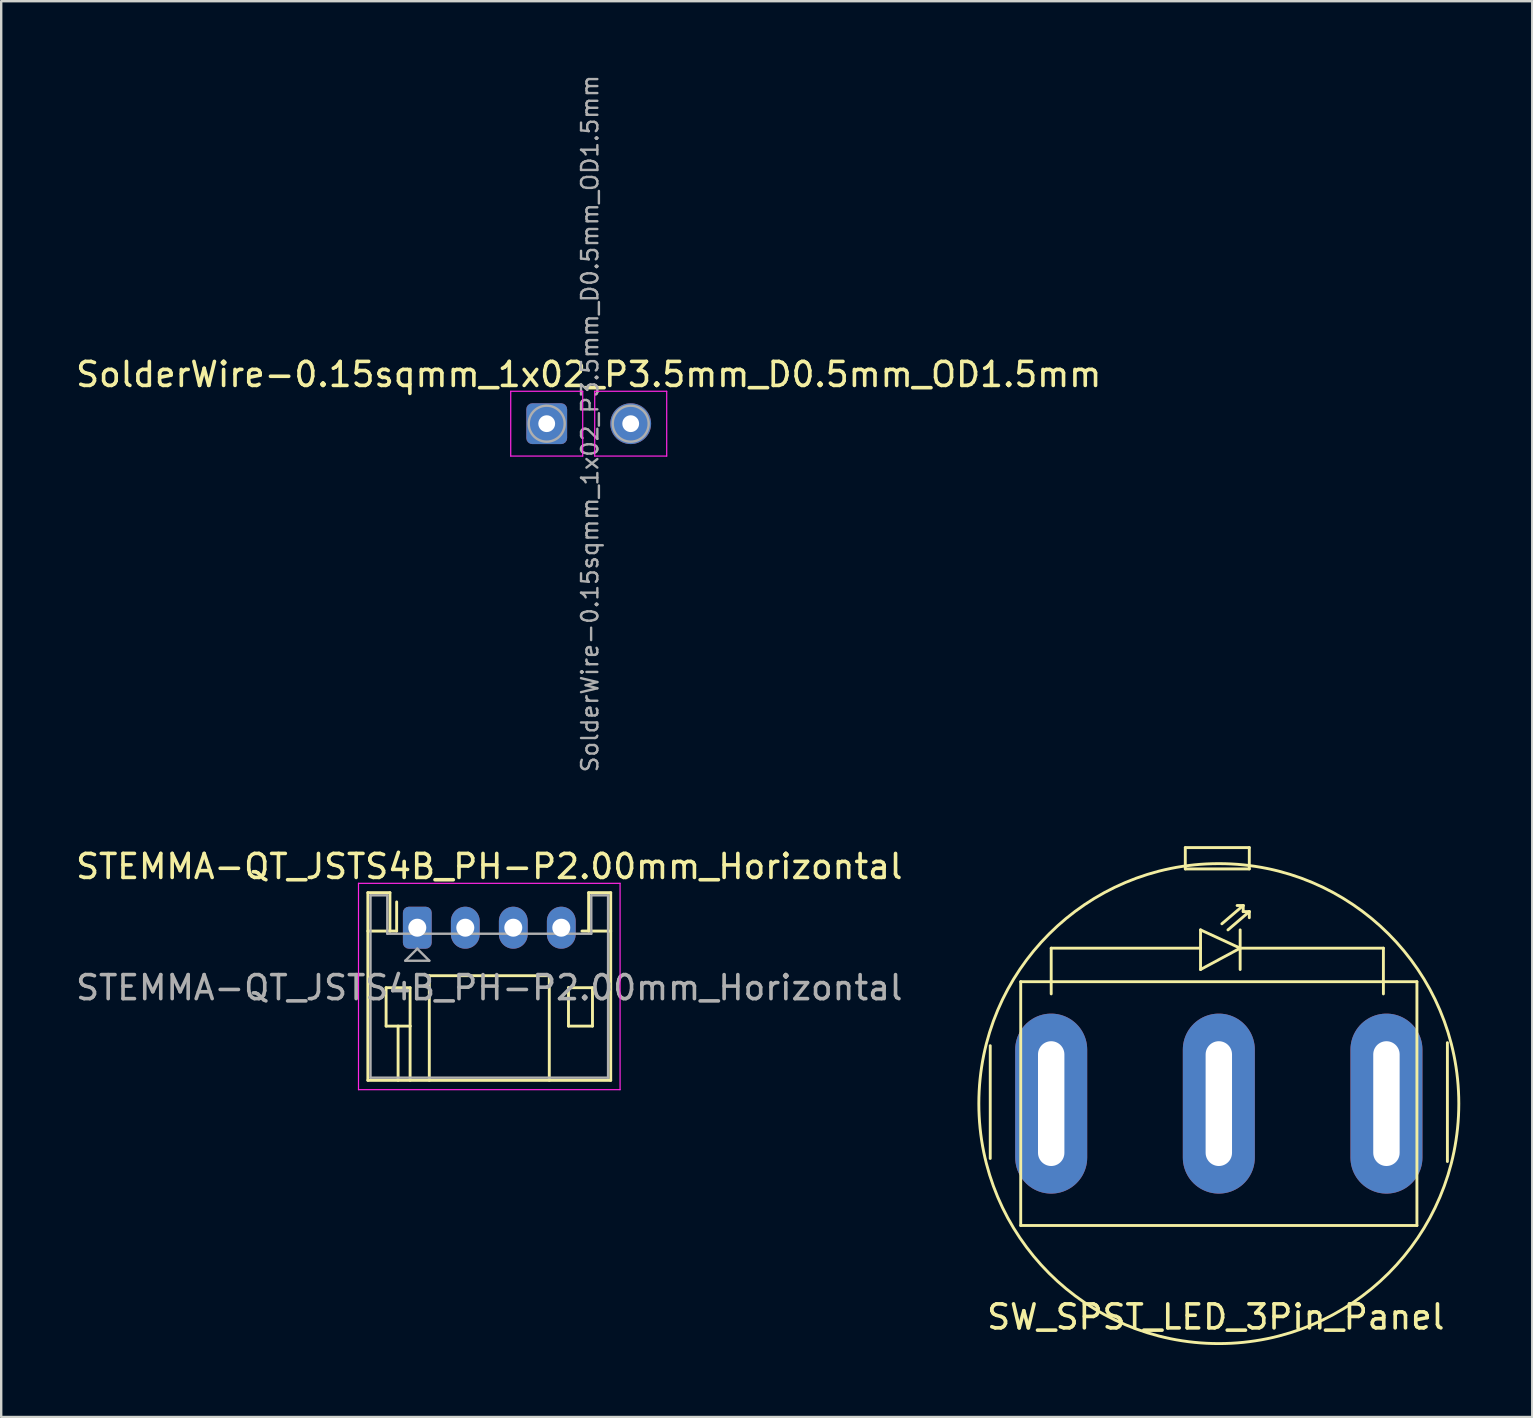
<source format=kicad_pcb>
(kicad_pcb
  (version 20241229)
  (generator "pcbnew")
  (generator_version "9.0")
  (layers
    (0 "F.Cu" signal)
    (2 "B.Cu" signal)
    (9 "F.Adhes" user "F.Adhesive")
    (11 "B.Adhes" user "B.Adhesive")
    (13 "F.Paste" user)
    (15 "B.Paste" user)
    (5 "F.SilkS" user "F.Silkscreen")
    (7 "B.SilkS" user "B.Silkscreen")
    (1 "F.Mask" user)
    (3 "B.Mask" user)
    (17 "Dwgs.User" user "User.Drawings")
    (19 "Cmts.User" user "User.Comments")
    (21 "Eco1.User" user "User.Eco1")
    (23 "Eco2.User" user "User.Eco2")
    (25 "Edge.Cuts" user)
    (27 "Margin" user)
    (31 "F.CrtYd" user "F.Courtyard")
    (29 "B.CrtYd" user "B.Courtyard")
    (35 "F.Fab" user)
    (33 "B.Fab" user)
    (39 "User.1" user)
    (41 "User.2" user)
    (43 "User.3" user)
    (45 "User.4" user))
  (footprint "STEMMA-QT_JSTS4B_PH-P2.00mm_Horizontal"
    (layer "F.Cu")
    (at 14.339 35.608)
    (property "Reference" "STEMMA-QT_JSTS4B_PH-P2.00mm_Horizontal" (at 3 -2.55 0) (layer "F.SilkS") (effects (font (size 1 1) (thickness 0.15))))
    (attr through_hole)
    (fp_line (start -2.06 -1.46) (end -2.06 6.36) (stroke (width 0.12) (type solid)) (layer "F.SilkS"))
    (fp_line (start -2.06 0.14) (end -1.14 0.14) (stroke (width 0.12) (type solid)) (layer "F.SilkS"))
    (fp_line (start -2.06 6.36) (end 8.06 6.36) (stroke (width 0.12) (type solid)) (layer "F.SilkS"))
    (fp_line (start -1.3 2.5) (end -1.3 4.1) (stroke (width 0.12) (type solid)) (layer "F.SilkS"))
    (fp_line (start -1.3 4.1) (end -0.3 4.1) (stroke (width 0.12) (type solid)) (layer "F.SilkS"))
    (fp_line (start -1.14 -1.46) (end -2.06 -1.46) (stroke (width 0.12) (type solid)) (layer "F.SilkS"))
    (fp_line (start -1.14 0.14) (end -1.14 -1.46) (stroke (width 0.12) (type solid)) (layer "F.SilkS"))
    (fp_line (start -0.86 0.14) (end -1.14 0.14) (stroke (width 0.12) (type solid)) (layer "F.SilkS"))
    (fp_line (start -0.86 0.14) (end -0.86 -1.075) (stroke (width 0.12) (type solid)) (layer "F.SilkS"))
    (fp_line (start -0.8 4.1) (end -0.8 6.36) (stroke (width 0.12) (type solid)) (layer "F.SilkS"))
    (fp_line (start -0.3 2.5) (end -1.3 2.5) (stroke (width 0.12) (type solid)) (layer "F.SilkS"))
    (fp_line (start -0.3 4.1) (end -0.3 2.5) (stroke (width 0.12) (type solid)) (layer "F.SilkS"))
    (fp_line (start -0.3 4.1) (end -0.3 6.36) (stroke (width 0.12) (type solid)) (layer "F.SilkS"))
    (fp_line (start 0.5 2) (end 5.5 2) (stroke (width 0.12) (type solid)) (layer "F.SilkS"))
    (fp_line (start 0.5 6.36) (end 0.5 2) (stroke (width 0.12) (type solid)) (layer "F.SilkS"))
    (fp_line (start 5.5 2) (end 5.5 6.36) (stroke (width 0.12) (type solid)) (layer "F.SilkS"))
    (fp_line (start 6.3 2.5) (end 7.3 2.5) (stroke (width 0.12) (type solid)) (layer "F.SilkS"))
    (fp_line (start 6.3 4.1) (end 6.3 2.5) (stroke (width 0.12) (type solid)) (layer "F.SilkS"))
    (fp_line (start 7.14 -1.46) (end 7.14 0.14) (stroke (width 0.12) (type solid)) (layer "F.SilkS"))
    (fp_line (start 7.14 0.14) (end 6.86 0.14) (stroke (width 0.12) (type solid)) (layer "F.SilkS"))
    (fp_line (start 7.3 2.5) (end 7.3 4.1) (stroke (width 0.12) (type solid)) (layer "F.SilkS"))
    (fp_line (start 7.3 4.1) (end 6.3 4.1) (stroke (width 0.12) (type solid)) (layer "F.SilkS"))
    (fp_line (start 8.06 -1.46) (end 7.14 -1.46) (stroke (width 0.12) (type solid)) (layer "F.SilkS"))
    (fp_line (start 8.06 0.14) (end 7.14 0.14) (stroke (width 0.12) (type solid)) (layer "F.SilkS"))
    (fp_line (start 8.06 6.36) (end 8.06 -1.46) (stroke (width 0.12) (type solid)) (layer "F.SilkS"))
    (fp_line (start -2.45 -1.85) (end -2.45 6.75) (stroke (width 0.05) (type solid)) (layer "F.CrtYd"))
    (fp_line (start -2.45 6.75) (end 8.45 6.75) (stroke (width 0.05) (type solid)) (layer "F.CrtYd"))
    (fp_line (start 8.45 -1.85) (end -2.45 -1.85) (stroke (width 0.05) (type solid)) (layer "F.CrtYd"))
    (fp_line (start 8.45 6.75) (end 8.45 -1.85) (stroke (width 0.05) (type solid)) (layer "F.CrtYd"))
    (fp_line (start -1.95 -1.35) (end -1.95 6.25) (stroke (width 0.1) (type solid)) (layer "F.Fab"))
    (fp_line (start -1.95 6.25) (end 7.95 6.25) (stroke (width 0.1) (type solid)) (layer "F.Fab"))
    (fp_line (start -1.25 -1.35) (end -1.95 -1.35) (stroke (width 0.1) (type solid)) (layer "F.Fab"))
    (fp_line (start -1.25 0.25) (end -1.25 -1.35) (stroke (width 0.1) (type solid)) (layer "F.Fab"))
    (fp_line (start -0.5 1.375) (end 0.5 1.375) (stroke (width 0.1) (type solid)) (layer "F.Fab"))
    (fp_line (start 0 0.875) (end -0.5 1.375) (stroke (width 0.1) (type solid)) (layer "F.Fab"))
    (fp_line (start 0.5 1.375) (end 0 0.875) (stroke (width 0.1) (type solid)) (layer "F.Fab"))
    (fp_line (start 7.25 -1.35) (end 7.25 0.25) (stroke (width 0.1) (type solid)) (layer "F.Fab"))
    (fp_line (start 7.25 0.25) (end -1.25 0.25) (stroke (width 0.1) (type solid)) (layer "F.Fab"))
    (fp_line (start 7.95 -1.35) (end 7.25 -1.35) (stroke (width 0.1) (type solid)) (layer "F.Fab"))
    (fp_line (start 7.95 6.25) (end 7.95 -1.35) (stroke (width 0.1) (type solid)) (layer "F.Fab"))
    (fp_text user "${REFERENCE}" (at 3 2.5 0) (layer "F.Fab") (effects (font (size 1 1) (thickness 0.15))))
    (pad "1" thru_hole roundrect (at 0 0) (size 1.2 1.75) (drill 0.75) (layers "*.Cu" "*.Mask") (roundrect_rratio 0.208))
    (pad "2" thru_hole oval (at 2 0) (size 1.2 1.75) (drill 0.75) (layers "*.Cu" "*.Mask"))
    (pad "3" thru_hole oval (at 4 0) (size 1.2 1.75) (drill 0.75) (layers "*.Cu" "*.Mask"))
    (pad "4" thru_hole oval (at 6 0) (size 1.2 1.75) (drill 0.75) (layers "*.Cu" "*.Mask")))
  (footprint "SolderWire-0.15sqmm_1x02_P3.5mm_D0.5mm_OD1.5mm"
    (layer "F.Cu")
    (at 19.732 14.605)
    (property "Reference" "SolderWire-0.15sqmm_1x02_P3.5mm_D0.5mm_OD1.5mm" (at 1.75 -2.05 0) (layer "F.SilkS") (effects (font (size 1 1) (thickness 0.15))))
    (attr exclude_from_pos_files exclude_from_bom)
    (fp_line (start -1.5 -1.35) (end -1.5 1.35) (stroke (width 0.05) (type solid)) (layer "F.CrtYd"))
    (fp_line (start -1.5 1.35) (end 1.5 1.35) (stroke (width 0.05) (type solid)) (layer "F.CrtYd"))
    (fp_line (start 1.5 -1.35) (end -1.5 -1.35) (stroke (width 0.05) (type solid)) (layer "F.CrtYd"))
    (fp_line (start 1.5 1.35) (end 1.5 -1.35) (stroke (width 0.05) (type solid)) (layer "F.CrtYd"))
    (fp_line (start 2 -1.35) (end 2 1.35) (stroke (width 0.05) (type solid)) (layer "F.CrtYd"))
    (fp_line (start 2 1.35) (end 5 1.35) (stroke (width 0.05) (type solid)) (layer "F.CrtYd"))
    (fp_line (start 5 -1.35) (end 2 -1.35) (stroke (width 0.05) (type solid)) (layer "F.CrtYd"))
    (fp_line (start 5 1.35) (end 5 -1.35) (stroke (width 0.05) (type solid)) (layer "F.CrtYd"))
    (fp_circle (center 0 0) (end 0.75 0) (stroke (width 0.1) (type solid)) (fill no) (layer "F.Fab"))
    (fp_circle (center 3.5 0) (end 4.25 0) (stroke (width 0.1) (type solid)) (fill no) (layer "F.Fab"))
    (fp_text user "${REFERENCE}" (at 1.8 0 90) (layer "F.Fab") (effects (font (size 0.68 0.68) (thickness 0.1))))
    (pad "1" thru_hole roundrect (at 0 0) (size 1.7 1.7) (drill 0.7) (layers "*.Cu" "*.Mask") (roundrect_rratio 0.147))
    (pad "2" thru_hole circle (at 3.5 0) (size 1.7 1.7) (drill 0.7) (layers "*.Cu" "*.Mask")))
  (footprint "SW_SPST_LED_3Pin_Panel"
    (layer "F.Cu")
    (at 47.739 42.938)
    (property "Reference" "SW_SPST_LED_3Pin_Panel" (at -0.127 8.89 0) (layer "F.SilkS") (effects (font (size 1 1) (thickness 0.15))))
    (attr through_hole)
    (fp_line (start -9.525 -2.413) (end -9.525 2.286) (stroke (width 0.12) (type solid)) (layer "F.SilkS"))
    (fp_line (start -8.255 -5.08) (end 8.255 -5.08) (stroke (width 0.12) (type solid)) (layer "F.SilkS"))
    (fp_line (start -8.255 5.08) (end -8.255 -5.08) (stroke (width 0.12) (type solid)) (layer "F.SilkS"))
    (fp_line (start -6.985 -6.477) (end -6.985 -4.572) (stroke (width 0.12) (type solid)) (layer "F.SilkS"))
    (fp_line (start -1.397 -10.668) (end 1.27 -10.668) (stroke (width 0.12) (type solid)) (layer "F.SilkS"))
    (fp_line (start -1.397 -9.779) (end -1.397 -10.668) (stroke (width 0.12) (type solid)) (layer "F.SilkS"))
    (fp_line (start -0.762 -7.239) (end 0.889 -6.477) (stroke (width 0.12) (type solid)) (layer "F.SilkS"))
    (fp_line (start -0.762 -6.477) (end -6.985 -6.477) (stroke (width 0.12) (type solid)) (layer "F.SilkS"))
    (fp_line (start -0.762 -5.588) (end -0.762 -7.239) (stroke (width 0.12) (type solid)) (layer "F.SilkS"))
    (fp_line (start 0.127 -7.493) (end 1.016 -8.255) (stroke (width 0.12) (type solid)) (layer "F.SilkS"))
    (fp_line (start 0.381 -7.239) (end 1.27 -8.001) (stroke (width 0.12) (type solid)) (layer "F.SilkS"))
    (fp_line (start 0.889 -7.239) (end 0.889 -5.588) (stroke (width 0.12) (type solid)) (layer "F.SilkS"))
    (fp_line (start 0.889 -6.477) (end -0.762 -5.588) (stroke (width 0.12) (type solid)) (layer "F.SilkS"))
    (fp_line (start 0.889 -6.477) (end 6.858 -6.477) (stroke (width 0.12) (type solid)) (layer "F.SilkS"))
    (fp_line (start 1.016 -8.255) (end 0.762 -8.255) (stroke (width 0.12) (type solid)) (layer "F.SilkS"))
    (fp_line (start 1.016 -8.255) (end 1.016 -8.001) (stroke (width 0.12) (type solid)) (layer "F.SilkS"))
    (fp_line (start 1.27 -10.668) (end 1.27 -9.779) (stroke (width 0.12) (type solid)) (layer "F.SilkS"))
    (fp_line (start 1.27 -9.779) (end -1.397 -9.779) (stroke (width 0.12) (type solid)) (layer "F.SilkS"))
    (fp_line (start 1.27 -8.001) (end 1.016 -8.001) (stroke (width 0.12) (type solid)) (layer "F.SilkS"))
    (fp_line (start 1.27 -8.001) (end 1.27 -7.747) (stroke (width 0.12) (type solid)) (layer "F.SilkS"))
    (fp_line (start 6.858 -6.477) (end 6.858 -4.572) (stroke (width 0.12) (type solid)) (layer "F.SilkS"))
    (fp_line (start 8.255 -5.08) (end 8.255 5.08) (stroke (width 0.12) (type solid)) (layer "F.SilkS"))
    (fp_line (start 8.255 5.08) (end -8.255 5.08) (stroke (width 0.12) (type solid)) (layer "F.SilkS"))
    (fp_line (start 9.525 -2.54) (end 9.525 2.413) (stroke (width 0.12) (type solid)) (layer "F.SilkS"))
    (fp_circle (center 0 0) (end 10 0) (stroke (width 0.12) (type solid)) (fill no) (layer "F.SilkS"))
    (pad "1" thru_hole oval (at 6.985 0) (size 3 7.5) (drill oval 1.1 5.2) (layers "*.Cu" "*.Mask"))
    (pad "2" thru_hole oval (at 0 0) (size 3 7.5) (drill oval 1.1 5.2) (layers "*.Cu" "*.Mask"))
    (pad "3" thru_hole oval (at -6.985 0) (size 3 7.5) (drill oval 1.1 5.2) (layers "*.Cu" "*.Mask")))
  (gr_rect
    (start -3 -3)
    (end 60.799 55.998)
    (stroke (width 0.1) (type default))
    (fill no)
    (layer "Edge.Cuts")))
</source>
